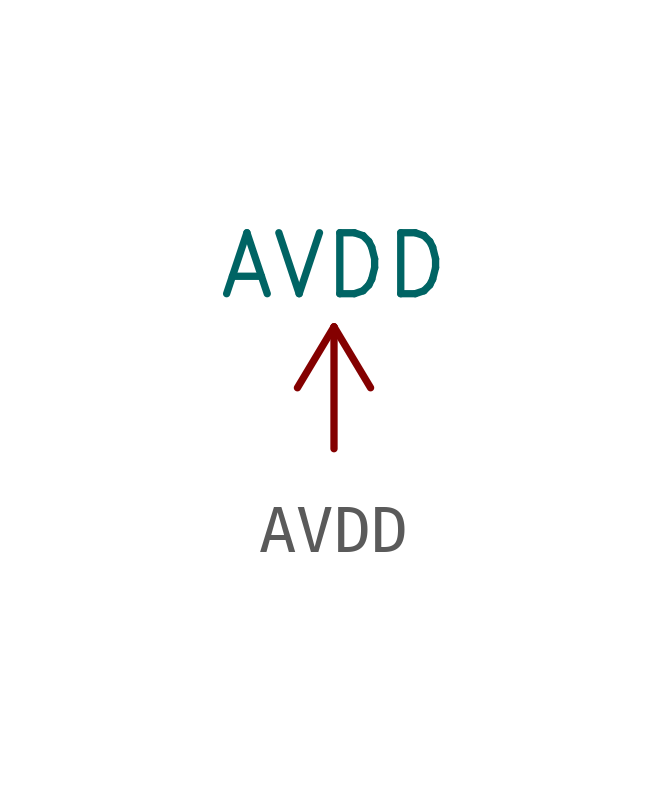
<source format=kicad_sym>
(kicad_symbol_lib
  (version 20211014)
  (generator kicad_symbol_editor)
  (symbol "AVDD"
    (power)
    (pin_names
      (offset 0))
    (property "Reference" "#PWR"
      (at 0 -5.08 0)
      (effects (font (size 1.27 1.27)) hide))
    (property "Value" "AVDD"
      (at 0 3.81 0)
      (effects (font (size 1.27 1.27))))
    (symbol "AVDD_1_1"
      (polyline (pts (xy -0.762 1.27) (xy 0 2.54)) (stroke (width 0) (type default) (color 0 0 0 0)) (fill (type none)))
      (polyline (pts (xy 0 0) (xy 0 2.54)) (stroke (width 0) (type default) (color 0 0 0 0)) (fill (type none)))
      (polyline (pts (xy 0 2.54) (xy 0.762 1.27)) (stroke (width 0) (type default) (color 0 0 0 0)) (fill (type none)))
      (pin power_in line (at 0 0 90) (length 0) hide (name "AVDD" (effects (font (size 1.27 1.27)))) (number "1" (effects (font (size 1.27 1.27))))))))
</source>
